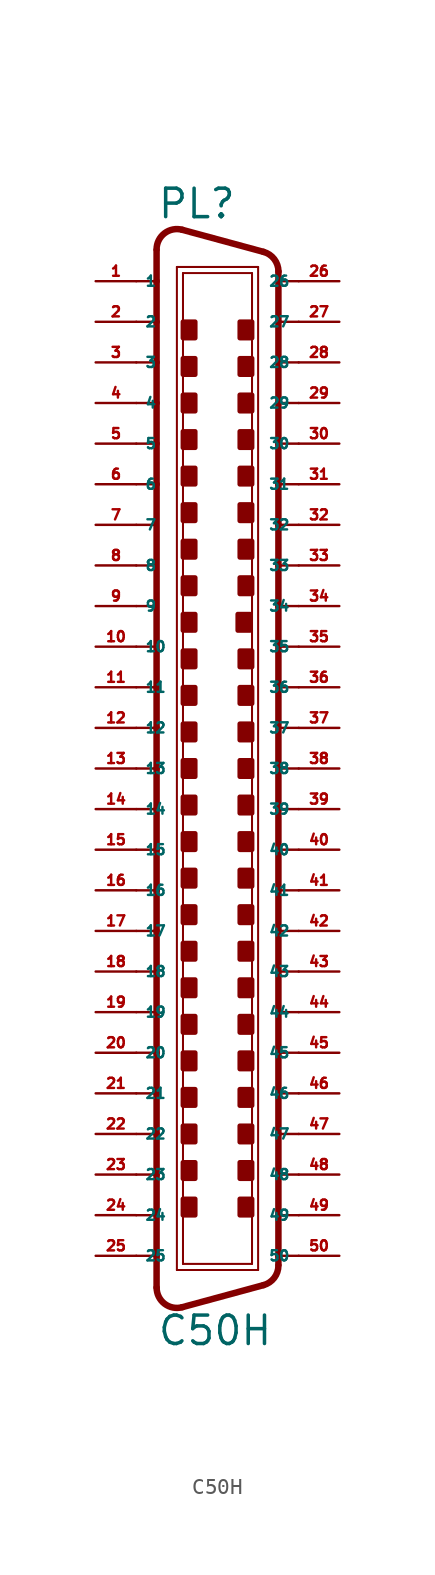
<source format=kicad_sym>
(kicad_symbol_lib
  (version 20220914)
  (generator Eagle2Kicad)
  (symbol "C50H"
    (property "Reference" "PL"
      (at -3.81 34.29 0)
      (effects (font (size 1.778 1.778) (thickness 0.22)) (justify left bottom)))
    (property "Value" "C50H"
      (at -3.81 -36.195 0)
      (effects (font (size 1.778 1.778) (thickness 0.22)) (justify left bottom)))
    (polyline
      (pts (xy -2.54 31.369) (xy 2.54 31.369))
      (stroke (width 0.127) (type default))
      (fill (type none)))
    (polyline
      (pts (xy -2.54 -31.369) (xy 2.54 -31.369))
      (stroke (width 0.127) (type default))
      (fill (type none)))
    (polyline
      (pts (xy -2.159 30.988) (xy 2.159 30.988))
      (stroke (width 0.127) (type default))
      (fill (type none)))
    (polyline
      (pts (xy 2.159 -30.988) (xy -2.159 -30.988))
      (stroke (width 0.127) (type default))
      (fill (type none)))
    (polyline
      (pts (xy 2.873 32.315) (xy -2.207 33.695))
      (stroke (width 0.406) (type default))
      (fill (type none)))
    (polyline
      (pts (xy 2.873 -32.315) (xy -2.207 -33.695))
      (stroke (width 0.406) (type default))
      (fill (type none)))
    (polyline
      (pts (xy -2.54 -31.369) (xy -2.54 31.369))
      (stroke (width 0.127) (type default))
      (fill (type none)))
    (polyline
      (pts (xy -3.81 32.424) (xy -3.81 30.48))
      (stroke (width 0.406) (type default))
      (fill (type none)))
    (polyline
      (pts (xy -3.81 30.48) (xy -3.81 27.94))
      (stroke (width 0.406) (type default))
      (fill (type none)))
    (polyline
      (pts (xy -3.81 27.94) (xy -3.81 25.4))
      (stroke (width 0.406) (type default))
      (fill (type none)))
    (polyline
      (pts (xy -3.81 25.4) (xy -3.81 22.86))
      (stroke (width 0.406) (type default))
      (fill (type none)))
    (polyline
      (pts (xy -3.81 22.86) (xy -3.81 20.32))
      (stroke (width 0.406) (type default))
      (fill (type none)))
    (polyline
      (pts (xy -3.81 20.32) (xy -3.81 17.78))
      (stroke (width 0.406) (type default))
      (fill (type none)))
    (polyline
      (pts (xy -3.81 17.78) (xy -3.81 5.08))
      (stroke (width 0.406) (type default))
      (fill (type none)))
    (polyline
      (pts (xy -3.81 5.08) (xy -3.81 2.54))
      (stroke (width 0.406) (type default))
      (fill (type none)))
    (polyline
      (pts (xy -3.81 2.54) (xy -3.81 0))
      (stroke (width 0.406) (type default))
      (fill (type none)))
    (polyline
      (pts (xy -3.81 0) (xy -3.81 -2.54))
      (stroke (width 0.406) (type default))
      (fill (type none)))
    (polyline
      (pts (xy -3.81 -2.54) (xy -3.81 -5.08))
      (stroke (width 0.406) (type default))
      (fill (type none)))
    (polyline
      (pts (xy -3.81 -5.08) (xy -3.81 -7.62))
      (stroke (width 0.406) (type default))
      (fill (type none)))
    (polyline
      (pts (xy -3.81 -7.62) (xy -3.81 -10.16))
      (stroke (width 0.406) (type default))
      (fill (type none)))
    (polyline
      (pts (xy -3.81 -10.16) (xy -3.81 -17.78))
      (stroke (width 0.406) (type default))
      (fill (type none)))
    (polyline
      (pts (xy -3.81 -17.78) (xy -3.81 -20.32))
      (stroke (width 0.406) (type default))
      (fill (type none)))
    (polyline
      (pts (xy -3.81 -20.32) (xy -3.81 -22.86))
      (stroke (width 0.406) (type default))
      (fill (type none)))
    (polyline
      (pts (xy -3.81 -22.86) (xy -3.81 -25.4))
      (stroke (width 0.406) (type default))
      (fill (type none)))
    (polyline
      (pts (xy -3.81 -25.4) (xy -3.81 -27.94))
      (stroke (width 0.406) (type default))
      (fill (type none)))
    (polyline
      (pts (xy -3.81 -27.94) (xy -3.81 -30.48))
      (stroke (width 0.406) (type default))
      (fill (type none)))
    (polyline
      (pts (xy -3.81 -30.48) (xy -3.81 -32.47))
      (stroke (width 0.406) (type default))
      (fill (type none)))
    (arc
      (start -3.81 -32.4698)
      (mid -3.311 -33.479)
      (end -2.207 -33.6954)
      (stroke (width 0.4064) (type default))
      (fill (type none)))
    (arc
      (start -2.207 33.6953)
      (mid -3.311 33.479)
      (end -3.81 32.4698)
      (stroke (width 0.4064) (type default))
      (fill (type none)))
    (polyline
      (pts (xy -2.159 -30.988) (xy -2.159 30.988))
      (stroke (width 0.127) (type default))
      (fill (type none)))
    (polyline
      (pts (xy 2.54 -31.369) (xy 2.54 31.369))
      (stroke (width 0.127) (type default))
      (fill (type none)))
    (polyline
      (pts (xy 3.81 -31.044) (xy 3.81 -30.48))
      (stroke (width 0.406) (type default))
      (fill (type none)))
    (polyline
      (pts (xy 3.81 -30.48) (xy 3.81 -27.94))
      (stroke (width 0.406) (type default))
      (fill (type none)))
    (polyline
      (pts (xy 3.81 -27.94) (xy 3.81 -25.4))
      (stroke (width 0.406) (type default))
      (fill (type none)))
    (polyline
      (pts (xy 3.81 -25.4) (xy 3.81 -22.86))
      (stroke (width 0.406) (type default))
      (fill (type none)))
    (polyline
      (pts (xy 3.81 -22.86) (xy 3.81 -20.32))
      (stroke (width 0.406) (type default))
      (fill (type none)))
    (polyline
      (pts (xy 3.81 -20.32) (xy 3.81 -17.78))
      (stroke (width 0.406) (type default))
      (fill (type none)))
    (polyline
      (pts (xy 3.81 -17.78) (xy 3.81 -10.16))
      (stroke (width 0.406) (type default))
      (fill (type none)))
    (polyline
      (pts (xy 3.81 -10.16) (xy 3.81 -7.62))
      (stroke (width 0.406) (type default))
      (fill (type none)))
    (polyline
      (pts (xy 3.81 -7.62) (xy 3.81 -5.08))
      (stroke (width 0.406) (type default))
      (fill (type none)))
    (polyline
      (pts (xy 3.81 -5.08) (xy 3.81 -2.54))
      (stroke (width 0.406) (type default))
      (fill (type none)))
    (polyline
      (pts (xy 3.81 -2.54) (xy 3.81 10.16))
      (stroke (width 0.406) (type default))
      (fill (type none)))
    (polyline
      (pts (xy 3.81 10.16) (xy 3.81 12.7))
      (stroke (width 0.406) (type default))
      (fill (type none)))
    (polyline
      (pts (xy 3.81 12.7) (xy 3.81 15.24))
      (stroke (width 0.406) (type default))
      (fill (type none)))
    (polyline
      (pts (xy 3.81 15.24) (xy 3.81 17.78))
      (stroke (width 0.406) (type default))
      (fill (type none)))
    (polyline
      (pts (xy 3.81 17.78) (xy 3.81 20.32))
      (stroke (width 0.406) (type default))
      (fill (type none)))
    (polyline
      (pts (xy 3.81 20.32) (xy 3.81 22.86))
      (stroke (width 0.406) (type default))
      (fill (type none)))
    (polyline
      (pts (xy 3.81 22.86) (xy 3.81 25.4))
      (stroke (width 0.406) (type default))
      (fill (type none)))
    (polyline
      (pts (xy 3.81 25.4) (xy 3.81 27.94))
      (stroke (width 0.406) (type default))
      (fill (type none)))
    (polyline
      (pts (xy 3.81 27.94) (xy 3.81 30.48))
      (stroke (width 0.406) (type default))
      (fill (type none)))
    (polyline
      (pts (xy 3.81 30.48) (xy 3.81 31.09))
      (stroke (width 0.406) (type default))
      (fill (type none)))
    (arc
      (start 2.873 -32.3151)
      (mid 3.549 -31.861)
      (end 3.81 -31.0896)
      (stroke (width 0.4064) (type default))
      (fill (type none)))
    (polyline
      (pts (xy 2.159 30.988) (xy 2.159 -30.988))
      (stroke (width 0.127) (type default))
      (fill (type none)))
    (arc
      (start 3.81 31.0896)
      (mid 3.549 31.861)
      (end 2.873 32.3152)
      (stroke (width 0.4064) (type default))
      (fill (type none)))
    (polyline
      (pts (xy -5.08 30.48) (xy -3.81 30.48))
      (stroke (width 0.152) (type default))
      (fill (type none)))
    (polyline
      (pts (xy -5.08 27.94) (xy -3.81 27.94))
      (stroke (width 0.152) (type default))
      (fill (type none)))
    (polyline
      (pts (xy -5.08 25.4) (xy -3.81 25.4))
      (stroke (width 0.152) (type default))
      (fill (type none)))
    (polyline
      (pts (xy -5.08 -22.86) (xy -3.81 -22.86))
      (stroke (width 0.152) (type default))
      (fill (type none)))
    (polyline
      (pts (xy -5.08 -25.4) (xy -3.81 -25.4))
      (stroke (width 0.152) (type default))
      (fill (type none)))
    (polyline
      (pts (xy -5.08 -27.94) (xy -3.81 -27.94))
      (stroke (width 0.152) (type default))
      (fill (type none)))
    (polyline
      (pts (xy -5.08 -30.48) (xy -3.81 -30.48))
      (stroke (width 0.152) (type default))
      (fill (type none)))
    (polyline
      (pts (xy 5.08 -30.48) (xy 3.81 -30.48))
      (stroke (width 0.152) (type default))
      (fill (type none)))
    (polyline
      (pts (xy 5.08 -27.94) (xy 3.81 -27.94))
      (stroke (width 0.152) (type default))
      (fill (type none)))
    (polyline
      (pts (xy 5.08 -25.4) (xy 3.81 -25.4))
      (stroke (width 0.152) (type default))
      (fill (type none)))
    (polyline
      (pts (xy 5.08 -22.86) (xy 3.81 -22.86))
      (stroke (width 0.152) (type default))
      (fill (type none)))
    (polyline
      (pts (xy 5.08 25.4) (xy 3.81 25.4))
      (stroke (width 0.152) (type default))
      (fill (type none)))
    (polyline
      (pts (xy 5.08 27.94) (xy 3.81 27.94))
      (stroke (width 0.152) (type default))
      (fill (type none)))
    (polyline
      (pts (xy 5.08 30.48) (xy 3.81 30.48))
      (stroke (width 0.152) (type default))
      (fill (type none)))
    (polyline
      (pts (xy 5.08 22.86) (xy 3.81 22.86))
      (stroke (width 0.152) (type default))
      (fill (type none)))
    (polyline
      (pts (xy 5.08 20.32) (xy 3.81 20.32))
      (stroke (width 0.152) (type default))
      (fill (type none)))
    (polyline
      (pts (xy 5.08 17.78) (xy 3.81 17.78))
      (stroke (width 0.152) (type default))
      (fill (type none)))
    (polyline
      (pts (xy 5.08 -17.78) (xy 3.81 -17.78))
      (stroke (width 0.152) (type default))
      (fill (type none)))
    (polyline
      (pts (xy 5.08 -20.32) (xy 3.81 -20.32))
      (stroke (width 0.152) (type default))
      (fill (type none)))
    (polyline
      (pts (xy -3.81 22.86) (xy -5.08 22.86))
      (stroke (width 0.152) (type default))
      (fill (type none)))
    (polyline
      (pts (xy -3.81 20.32) (xy -5.08 20.32))
      (stroke (width 0.152) (type default))
      (fill (type none)))
    (polyline
      (pts (xy -3.81 17.78) (xy -5.08 17.78))
      (stroke (width 0.152) (type default))
      (fill (type none)))
    (polyline
      (pts (xy -3.81 -17.78) (xy -5.08 -17.78))
      (stroke (width 0.152) (type default))
      (fill (type none)))
    (polyline
      (pts (xy -3.81 -20.32) (xy -5.08 -20.32))
      (stroke (width 0.152) (type default))
      (fill (type none)))
    (polyline
      (pts (xy -5.08 10.16) (xy -3.81 10.16))
      (stroke (width 0.152) (type default))
      (fill (type none)))
    (polyline
      (pts (xy -5.08 7.62) (xy -3.81 7.62))
      (stroke (width 0.152) (type default))
      (fill (type none)))
    (polyline
      (pts (xy -5.08 -12.7) (xy -3.81 -12.7))
      (stroke (width 0.152) (type default))
      (fill (type none)))
    (polyline
      (pts (xy -5.08 -15.24) (xy -3.81 -15.24))
      (stroke (width 0.152) (type default))
      (fill (type none)))
    (polyline
      (pts (xy -3.81 15.24) (xy -5.08 15.24))
      (stroke (width 0.152) (type default))
      (fill (type none)))
    (polyline
      (pts (xy -3.81 12.7) (xy -5.08 12.7))
      (stroke (width 0.152) (type default))
      (fill (type none)))
    (polyline
      (pts (xy 5.08 0) (xy 3.81 0))
      (stroke (width 0.152) (type default))
      (fill (type none)))
    (polyline
      (pts (xy 5.08 2.54) (xy 3.81 2.54))
      (stroke (width 0.152) (type default))
      (fill (type none)))
    (polyline
      (pts (xy 5.08 5.08) (xy 3.81 5.08))
      (stroke (width 0.152) (type default))
      (fill (type none)))
    (polyline
      (pts (xy 5.08 7.62) (xy 3.81 7.62))
      (stroke (width 0.152) (type default))
      (fill (type none)))
    (polyline
      (pts (xy 3.81 -15.24) (xy 5.08 -15.24))
      (stroke (width 0.152) (type default))
      (fill (type none)))
    (polyline
      (pts (xy 3.81 -12.7) (xy 5.08 -12.7))
      (stroke (width 0.152) (type default))
      (fill (type none)))
    (polyline
      (pts (xy -5.08 5.08) (xy -3.81 5.08))
      (stroke (width 0.152) (type default))
      (fill (type none)))
    (polyline
      (pts (xy -5.08 2.54) (xy -3.81 2.54))
      (stroke (width 0.152) (type default))
      (fill (type none)))
    (polyline
      (pts (xy -5.08 0) (xy -3.81 0))
      (stroke (width 0.152) (type default))
      (fill (type none)))
    (polyline
      (pts (xy -5.08 -2.54) (xy -3.81 -2.54))
      (stroke (width 0.152) (type default))
      (fill (type none)))
    (polyline
      (pts (xy -5.08 -5.08) (xy -3.81 -5.08))
      (stroke (width 0.152) (type default))
      (fill (type none)))
    (polyline
      (pts (xy -5.08 -7.62) (xy -3.81 -7.62))
      (stroke (width 0.152) (type default))
      (fill (type none)))
    (polyline
      (pts (xy -5.08 -10.16) (xy -3.81 -10.16))
      (stroke (width 0.152) (type default))
      (fill (type none)))
    (polyline
      (pts (xy 5.08 -2.54) (xy 3.81 -2.54))
      (stroke (width 0.152) (type default))
      (fill (type none)))
    (polyline
      (pts (xy 5.08 -5.08) (xy 3.81 -5.08))
      (stroke (width 0.152) (type default))
      (fill (type none)))
    (polyline
      (pts (xy 5.08 -7.62) (xy 3.81 -7.62))
      (stroke (width 0.152) (type default))
      (fill (type none)))
    (polyline
      (pts (xy 5.08 -10.16) (xy 3.81 -10.16))
      (stroke (width 0.152) (type default))
      (fill (type none)))
    (polyline
      (pts (xy 5.08 15.24) (xy 3.81 15.24))
      (stroke (width 0.152) (type default))
      (fill (type none)))
    (polyline
      (pts (xy 5.08 12.7) (xy 3.81 12.7))
      (stroke (width 0.152) (type default))
      (fill (type none)))
    (polyline
      (pts (xy 5.08 10.16) (xy 3.81 10.16))
      (stroke (width 0.152) (type default))
      (fill (type none)))
    (rectangle
      (start -2.159 26.924)
      (end -1.397 27.94)
      (stroke (width 0.3) (type default))
      (fill (type outline)))
    (rectangle
      (start -2.159 24.638)
      (end -1.397 25.654)
      (stroke (width 0.3) (type default))
      (fill (type outline)))
    (rectangle
      (start 1.397 26.924)
      (end 2.159 27.94)
      (stroke (width 0.3) (type default))
      (fill (type outline)))
    (rectangle
      (start 1.397 24.638)
      (end 2.159 25.654)
      (stroke (width 0.3) (type default))
      (fill (type outline)))
    (rectangle
      (start -2.159 22.352)
      (end -1.397 23.368)
      (stroke (width 0.3) (type default))
      (fill (type outline)))
    (rectangle
      (start -2.159 20.066)
      (end -1.397 21.082)
      (stroke (width 0.3) (type default))
      (fill (type outline)))
    (rectangle
      (start 1.397 22.352)
      (end 2.159 23.368)
      (stroke (width 0.3) (type default))
      (fill (type outline)))
    (rectangle
      (start 1.397 20.066)
      (end 2.159 21.082)
      (stroke (width 0.3) (type default))
      (fill (type outline)))
    (rectangle
      (start -2.159 17.78)
      (end -1.397 18.796)
      (stroke (width 0.3) (type default))
      (fill (type outline)))
    (rectangle
      (start -2.159 -21.082)
      (end -1.397 -20.066)
      (stroke (width 0.3) (type default))
      (fill (type outline)))
    (rectangle
      (start 1.397 -21.082)
      (end 2.159 -20.066)
      (stroke (width 0.3) (type default))
      (fill (type outline)))
    (rectangle
      (start 1.397 -23.368)
      (end 2.159 -22.352)
      (stroke (width 0.3) (type default))
      (fill (type outline)))
    (rectangle
      (start -2.159 -23.368)
      (end -1.397 -22.352)
      (stroke (width 0.3) (type default))
      (fill (type outline)))
    (rectangle
      (start -2.159 -25.654)
      (end -1.397 -24.638)
      (stroke (width 0.3) (type default))
      (fill (type outline)))
    (rectangle
      (start 1.397 -18.796)
      (end 2.159 -17.78)
      (stroke (width 0.3) (type default))
      (fill (type outline)))
    (rectangle
      (start 1.397 -25.654)
      (end 2.159 -24.638)
      (stroke (width 0.3) (type default))
      (fill (type outline)))
    (rectangle
      (start -2.159 -27.94)
      (end -1.397 -26.924)
      (stroke (width 0.3) (type default))
      (fill (type outline)))
    (rectangle
      (start 1.397 -27.94)
      (end 2.159 -26.924)
      (stroke (width 0.3) (type default))
      (fill (type outline)))
    (rectangle
      (start -2.159 15.494)
      (end -1.397 16.51)
      (stroke (width 0.3) (type default))
      (fill (type outline)))
    (rectangle
      (start -2.159 -16.51)
      (end -1.397 -15.494)
      (stroke (width 0.3) (type default))
      (fill (type outline)))
    (rectangle
      (start -2.159 -18.796)
      (end -1.397 -17.78)
      (stroke (width 0.3) (type default))
      (fill (type outline)))
    (rectangle
      (start 1.397 -16.51)
      (end 2.159 -15.494)
      (stroke (width 0.3) (type default))
      (fill (type outline)))
    (rectangle
      (start 1.397 15.494)
      (end 2.159 16.51)
      (stroke (width 0.3) (type default))
      (fill (type outline)))
    (rectangle
      (start 1.397 17.78)
      (end 2.159 18.796)
      (stroke (width 0.3) (type default))
      (fill (type outline)))
    (rectangle
      (start -2.159 6.35)
      (end -1.397 7.366)
      (stroke (width 0.3) (type default))
      (fill (type outline)))
    (rectangle
      (start -2.159 4.064)
      (end -1.397 5.08)
      (stroke (width 0.3) (type default))
      (fill (type outline)))
    (rectangle
      (start -2.159 1.778)
      (end -1.397 2.794)
      (stroke (width 0.3) (type default))
      (fill (type outline)))
    (rectangle
      (start -2.159 -0.508)
      (end -1.397 0.508)
      (stroke (width 0.3) (type default))
      (fill (type outline)))
    (rectangle
      (start -2.159 -11.938)
      (end -1.397 -10.922)
      (stroke (width 0.3) (type default))
      (fill (type outline)))
    (rectangle
      (start -2.159 -14.224)
      (end -1.397 -13.208)
      (stroke (width 0.3) (type default))
      (fill (type outline)))
    (rectangle
      (start 1.397 6.35)
      (end 2.159 7.366)
      (stroke (width 0.3) (type default))
      (fill (type outline)))
    (rectangle
      (start 1.397 4.064)
      (end 2.159 5.08)
      (stroke (width 0.3) (type default))
      (fill (type outline)))
    (rectangle
      (start 1.397 1.778)
      (end 2.159 2.794)
      (stroke (width 0.3) (type default))
      (fill (type outline)))
    (rectangle
      (start 1.397 -0.508)
      (end 2.159 0.508)
      (stroke (width 0.3) (type default))
      (fill (type outline)))
    (rectangle
      (start 1.397 -11.938)
      (end 2.159 -10.922)
      (stroke (width 0.3) (type default))
      (fill (type outline)))
    (rectangle
      (start 1.397 -14.224)
      (end 2.159 -13.208)
      (stroke (width 0.3) (type default))
      (fill (type outline)))
    (rectangle
      (start -2.159 13.208)
      (end -1.397 14.224)
      (stroke (width 0.3) (type default))
      (fill (type outline)))
    (rectangle
      (start 1.397 13.208)
      (end 2.159 14.224)
      (stroke (width 0.3) (type default))
      (fill (type outline)))
    (rectangle
      (start -2.159 10.922)
      (end -1.397 11.938)
      (stroke (width 0.3) (type default))
      (fill (type outline)))
    (rectangle
      (start 1.397 10.922)
      (end 2.159 11.938)
      (stroke (width 0.3) (type default))
      (fill (type outline)))
    (rectangle
      (start -2.159 8.636)
      (end -1.397 9.652)
      (stroke (width 0.3) (type default))
      (fill (type outline)))
    (rectangle
      (start 1.27 8.636)
      (end 2.032 9.652)
      (stroke (width 0.3) (type default))
      (fill (type outline)))
    (rectangle
      (start -2.159 -2.794)
      (end -1.397 -1.778)
      (stroke (width 0.3) (type default))
      (fill (type outline)))
    (rectangle
      (start -2.159 -5.08)
      (end -1.397 -4.064)
      (stroke (width 0.3) (type default))
      (fill (type outline)))
    (rectangle
      (start -2.159 -7.366)
      (end -1.397 -6.35)
      (stroke (width 0.3) (type default))
      (fill (type outline)))
    (rectangle
      (start -2.159 -9.652)
      (end -1.397 -8.636)
      (stroke (width 0.3) (type default))
      (fill (type outline)))
    (rectangle
      (start 1.397 -2.794)
      (end 2.159 -1.778)
      (stroke (width 0.3) (type default))
      (fill (type outline)))
    (rectangle
      (start 1.397 -5.08)
      (end 2.159 -4.064)
      (stroke (width 0.3) (type default))
      (fill (type outline)))
    (rectangle
      (start 1.397 -7.366)
      (end 2.159 -6.35)
      (stroke (width 0.3) (type default))
      (fill (type outline)))
    (rectangle
      (start 1.397 -9.652)
      (end 2.159 -8.636)
      (stroke (width 0.3) (type default))
      (fill (type outline)))
    (pin passive line
      (at -7.62 30.48 0)
      (length 2.54)
      (name "1" (effects (font (size 0.635 0.635) (thickness 0.08)) (justify left bottom)))
      (number "1" (effects (font (size 0.635 0.635) (thickness 0.08)) (justify left bottom))))
    (pin passive line
      (at -7.62 27.94 0)
      (length 2.54)
      (name "2" (effects (font (size 0.635 0.635) (thickness 0.08)) (justify left bottom)))
      (number "2" (effects (font (size 0.635 0.635) (thickness 0.08)) (justify left bottom))))
    (pin passive line
      (at -7.62 25.4 0)
      (length 2.54)
      (name "3" (effects (font (size 0.635 0.635) (thickness 0.08)) (justify left bottom)))
      (number "3" (effects (font (size 0.635 0.635) (thickness 0.08)) (justify left bottom))))
    (pin passive line
      (at -7.62 22.86 0)
      (length 2.54)
      (name "4" (effects (font (size 0.635 0.635) (thickness 0.08)) (justify left bottom)))
      (number "4" (effects (font (size 0.635 0.635) (thickness 0.08)) (justify left bottom))))
    (pin passive line
      (at -7.62 20.32 0)
      (length 2.54)
      (name "5" (effects (font (size 0.635 0.635) (thickness 0.08)) (justify left bottom)))
      (number "5" (effects (font (size 0.635 0.635) (thickness 0.08)) (justify left bottom))))
    (pin passive line
      (at -7.62 17.78 0)
      (length 2.54)
      (name "6" (effects (font (size 0.635 0.635) (thickness 0.08)) (justify left bottom)))
      (number "6" (effects (font (size 0.635 0.635) (thickness 0.08)) (justify left bottom))))
    (pin passive line
      (at -7.62 15.24 0)
      (length 2.54)
      (name "7" (effects (font (size 0.635 0.635) (thickness 0.08)) (justify left bottom)))
      (number "7" (effects (font (size 0.635 0.635) (thickness 0.08)) (justify left bottom))))
    (pin passive line
      (at -7.62 12.7 0)
      (length 2.54)
      (name "8" (effects (font (size 0.635 0.635) (thickness 0.08)) (justify left bottom)))
      (number "8" (effects (font (size 0.635 0.635) (thickness 0.08)) (justify left bottom))))
    (pin passive line
      (at -7.62 10.16 0)
      (length 2.54)
      (name "9" (effects (font (size 0.635 0.635) (thickness 0.08)) (justify left bottom)))
      (number "9" (effects (font (size 0.635 0.635) (thickness 0.08)) (justify left bottom))))
    (pin passive line
      (at -7.62 7.62 0)
      (length 2.54)
      (name "10" (effects (font (size 0.635 0.635) (thickness 0.08)) (justify left bottom)))
      (number "10" (effects (font (size 0.635 0.635) (thickness 0.08)) (justify left bottom))))
    (pin passive line
      (at -7.62 5.08 0)
      (length 2.54)
      (name "11" (effects (font (size 0.635 0.635) (thickness 0.08)) (justify left bottom)))
      (number "11" (effects (font (size 0.635 0.635) (thickness 0.08)) (justify left bottom))))
    (pin passive line
      (at -7.62 2.54 0)
      (length 2.54)
      (name "12" (effects (font (size 0.635 0.635) (thickness 0.08)) (justify left bottom)))
      (number "12" (effects (font (size 0.635 0.635) (thickness 0.08)) (justify left bottom))))
    (pin passive line
      (at -7.62 0 0)
      (length 2.54)
      (name "13" (effects (font (size 0.635 0.635) (thickness 0.08)) (justify left bottom)))
      (number "13" (effects (font (size 0.635 0.635) (thickness 0.08)) (justify left bottom))))
    (pin passive line
      (at -7.62 -2.54 0)
      (length 2.54)
      (name "14" (effects (font (size 0.635 0.635) (thickness 0.08)) (justify left bottom)))
      (number "14" (effects (font (size 0.635 0.635) (thickness 0.08)) (justify left bottom))))
    (pin passive line
      (at -7.62 -5.08 0)
      (length 2.54)
      (name "15" (effects (font (size 0.635 0.635) (thickness 0.08)) (justify left bottom)))
      (number "15" (effects (font (size 0.635 0.635) (thickness 0.08)) (justify left bottom))))
    (pin passive line
      (at -7.62 -7.62 0)
      (length 2.54)
      (name "16" (effects (font (size 0.635 0.635) (thickness 0.08)) (justify left bottom)))
      (number "16" (effects (font (size 0.635 0.635) (thickness 0.08)) (justify left bottom))))
    (pin passive line
      (at -7.62 -10.16 0)
      (length 2.54)
      (name "17" (effects (font (size 0.635 0.635) (thickness 0.08)) (justify left bottom)))
      (number "17" (effects (font (size 0.635 0.635) (thickness 0.08)) (justify left bottom))))
    (pin passive line
      (at -7.62 -12.7 0)
      (length 2.54)
      (name "18" (effects (font (size 0.635 0.635) (thickness 0.08)) (justify left bottom)))
      (number "18" (effects (font (size 0.635 0.635) (thickness 0.08)) (justify left bottom))))
    (pin passive line
      (at -7.62 -15.24 0)
      (length 2.54)
      (name "19" (effects (font (size 0.635 0.635) (thickness 0.08)) (justify left bottom)))
      (number "19" (effects (font (size 0.635 0.635) (thickness 0.08)) (justify left bottom))))
    (pin passive line
      (at -7.62 -17.78 0)
      (length 2.54)
      (name "20" (effects (font (size 0.635 0.635) (thickness 0.08)) (justify left bottom)))
      (number "20" (effects (font (size 0.635 0.635) (thickness 0.08)) (justify left bottom))))
    (pin passive line
      (at -7.62 -20.32 0)
      (length 2.54)
      (name "21" (effects (font (size 0.635 0.635) (thickness 0.08)) (justify left bottom)))
      (number "21" (effects (font (size 0.635 0.635) (thickness 0.08)) (justify left bottom))))
    (pin passive line
      (at -7.62 -22.86 0)
      (length 2.54)
      (name "22" (effects (font (size 0.635 0.635) (thickness 0.08)) (justify left bottom)))
      (number "22" (effects (font (size 0.635 0.635) (thickness 0.08)) (justify left bottom))))
    (pin passive line
      (at -7.62 -25.4 0)
      (length 2.54)
      (name "23" (effects (font (size 0.635 0.635) (thickness 0.08)) (justify left bottom)))
      (number "23" (effects (font (size 0.635 0.635) (thickness 0.08)) (justify left bottom))))
    (pin passive line
      (at -7.62 -27.94 0)
      (length 2.54)
      (name "24" (effects (font (size 0.635 0.635) (thickness 0.08)) (justify left bottom)))
      (number "24" (effects (font (size 0.635 0.635) (thickness 0.08)) (justify left bottom))))
    (pin passive line
      (at -7.62 -30.48 0)
      (length 2.54)
      (name "25" (effects (font (size 0.635 0.635) (thickness 0.08)) (justify left bottom)))
      (number "25" (effects (font (size 0.635 0.635) (thickness 0.08)) (justify left bottom))))
    (pin passive line
      (at 7.62 30.48 180)
      (length 2.54)
      (name "26" (effects (font (size 0.635 0.635) (thickness 0.08)) (justify left bottom)))
      (number "26" (effects (font (size 0.635 0.635) (thickness 0.08)) (justify left bottom))))
    (pin passive line
      (at 7.62 27.94 180)
      (length 2.54)
      (name "27" (effects (font (size 0.635 0.635) (thickness 0.08)) (justify left bottom)))
      (number "27" (effects (font (size 0.635 0.635) (thickness 0.08)) (justify left bottom))))
    (pin passive line
      (at 7.62 25.4 180)
      (length 2.54)
      (name "28" (effects (font (size 0.635 0.635) (thickness 0.08)) (justify left bottom)))
      (number "28" (effects (font (size 0.635 0.635) (thickness 0.08)) (justify left bottom))))
    (pin passive line
      (at 7.62 22.86 180)
      (length 2.54)
      (name "29" (effects (font (size 0.635 0.635) (thickness 0.08)) (justify left bottom)))
      (number "29" (effects (font (size 0.635 0.635) (thickness 0.08)) (justify left bottom))))
    (pin passive line
      (at 7.62 20.32 180)
      (length 2.54)
      (name "30" (effects (font (size 0.635 0.635) (thickness 0.08)) (justify left bottom)))
      (number "30" (effects (font (size 0.635 0.635) (thickness 0.08)) (justify left bottom))))
    (pin passive line
      (at 7.62 17.78 180)
      (length 2.54)
      (name "31" (effects (font (size 0.635 0.635) (thickness 0.08)) (justify left bottom)))
      (number "31" (effects (font (size 0.635 0.635) (thickness 0.08)) (justify left bottom))))
    (pin passive line
      (at 7.62 15.24 180)
      (length 2.54)
      (name "32" (effects (font (size 0.635 0.635) (thickness 0.08)) (justify left bottom)))
      (number "32" (effects (font (size 0.635 0.635) (thickness 0.08)) (justify left bottom))))
    (pin passive line
      (at 7.62 12.7 180)
      (length 2.54)
      (name "33" (effects (font (size 0.635 0.635) (thickness 0.08)) (justify left bottom)))
      (number "33" (effects (font (size 0.635 0.635) (thickness 0.08)) (justify left bottom))))
    (pin passive line
      (at 7.62 10.16 180)
      (length 2.54)
      (name "34" (effects (font (size 0.635 0.635) (thickness 0.08)) (justify left bottom)))
      (number "34" (effects (font (size 0.635 0.635) (thickness 0.08)) (justify left bottom))))
    (pin passive line
      (at 7.62 7.62 180)
      (length 2.54)
      (name "35" (effects (font (size 0.635 0.635) (thickness 0.08)) (justify left bottom)))
      (number "35" (effects (font (size 0.635 0.635) (thickness 0.08)) (justify left bottom))))
    (pin passive line
      (at 7.62 5.08 180)
      (length 2.54)
      (name "36" (effects (font (size 0.635 0.635) (thickness 0.08)) (justify left bottom)))
      (number "36" (effects (font (size 0.635 0.635) (thickness 0.08)) (justify left bottom))))
    (pin passive line
      (at 7.62 2.54 180)
      (length 2.54)
      (name "37" (effects (font (size 0.635 0.635) (thickness 0.08)) (justify left bottom)))
      (number "37" (effects (font (size 0.635 0.635) (thickness 0.08)) (justify left bottom))))
    (pin passive line
      (at 7.62 0 180)
      (length 2.54)
      (name "38" (effects (font (size 0.635 0.635) (thickness 0.08)) (justify left bottom)))
      (number "38" (effects (font (size 0.635 0.635) (thickness 0.08)) (justify left bottom))))
    (pin passive line
      (at 7.62 -2.54 180)
      (length 2.54)
      (name "39" (effects (font (size 0.635 0.635) (thickness 0.08)) (justify left bottom)))
      (number "39" (effects (font (size 0.635 0.635) (thickness 0.08)) (justify left bottom))))
    (pin passive line
      (at 7.62 -5.08 180)
      (length 2.54)
      (name "40" (effects (font (size 0.635 0.635) (thickness 0.08)) (justify left bottom)))
      (number "40" (effects (font (size 0.635 0.635) (thickness 0.08)) (justify left bottom))))
    (pin passive line
      (at 7.62 -7.62 180)
      (length 2.54)
      (name "41" (effects (font (size 0.635 0.635) (thickness 0.08)) (justify left bottom)))
      (number "41" (effects (font (size 0.635 0.635) (thickness 0.08)) (justify left bottom))))
    (pin passive line
      (at 7.62 -10.16 180)
      (length 2.54)
      (name "42" (effects (font (size 0.635 0.635) (thickness 0.08)) (justify left bottom)))
      (number "42" (effects (font (size 0.635 0.635) (thickness 0.08)) (justify left bottom))))
    (pin passive line
      (at 7.62 -12.7 180)
      (length 2.54)
      (name "43" (effects (font (size 0.635 0.635) (thickness 0.08)) (justify left bottom)))
      (number "43" (effects (font (size 0.635 0.635) (thickness 0.08)) (justify left bottom))))
    (pin passive line
      (at 7.62 -15.24 180)
      (length 2.54)
      (name "44" (effects (font (size 0.635 0.635) (thickness 0.08)) (justify left bottom)))
      (number "44" (effects (font (size 0.635 0.635) (thickness 0.08)) (justify left bottom))))
    (pin passive line
      (at 7.62 -17.78 180)
      (length 2.54)
      (name "45" (effects (font (size 0.635 0.635) (thickness 0.08)) (justify left bottom)))
      (number "45" (effects (font (size 0.635 0.635) (thickness 0.08)) (justify left bottom))))
    (pin passive line
      (at 7.62 -20.32 180)
      (length 2.54)
      (name "46" (effects (font (size 0.635 0.635) (thickness 0.08)) (justify left bottom)))
      (number "46" (effects (font (size 0.635 0.635) (thickness 0.08)) (justify left bottom))))
    (pin passive line
      (at 7.62 -22.86 180)
      (length 2.54)
      (name "47" (effects (font (size 0.635 0.635) (thickness 0.08)) (justify left bottom)))
      (number "47" (effects (font (size 0.635 0.635) (thickness 0.08)) (justify left bottom))))
    (pin passive line
      (at 7.62 -25.4 180)
      (length 2.54)
      (name "48" (effects (font (size 0.635 0.635) (thickness 0.08)) (justify left bottom)))
      (number "48" (effects (font (size 0.635 0.635) (thickness 0.08)) (justify left bottom))))
    (pin passive line
      (at 7.62 -27.94 180)
      (length 2.54)
      (name "49" (effects (font (size 0.635 0.635) (thickness 0.08)) (justify left bottom)))
      (number "49" (effects (font (size 0.635 0.635) (thickness 0.08)) (justify left bottom))))
    (pin passive line
      (at 7.62 -30.48 180)
      (length 2.54)
      (name "50" (effects (font (size 0.635 0.635) (thickness 0.08)) (justify left bottom)))
      (number "50" (effects (font (size 0.635 0.635) (thickness 0.08)) (justify left bottom))))))
</source>
